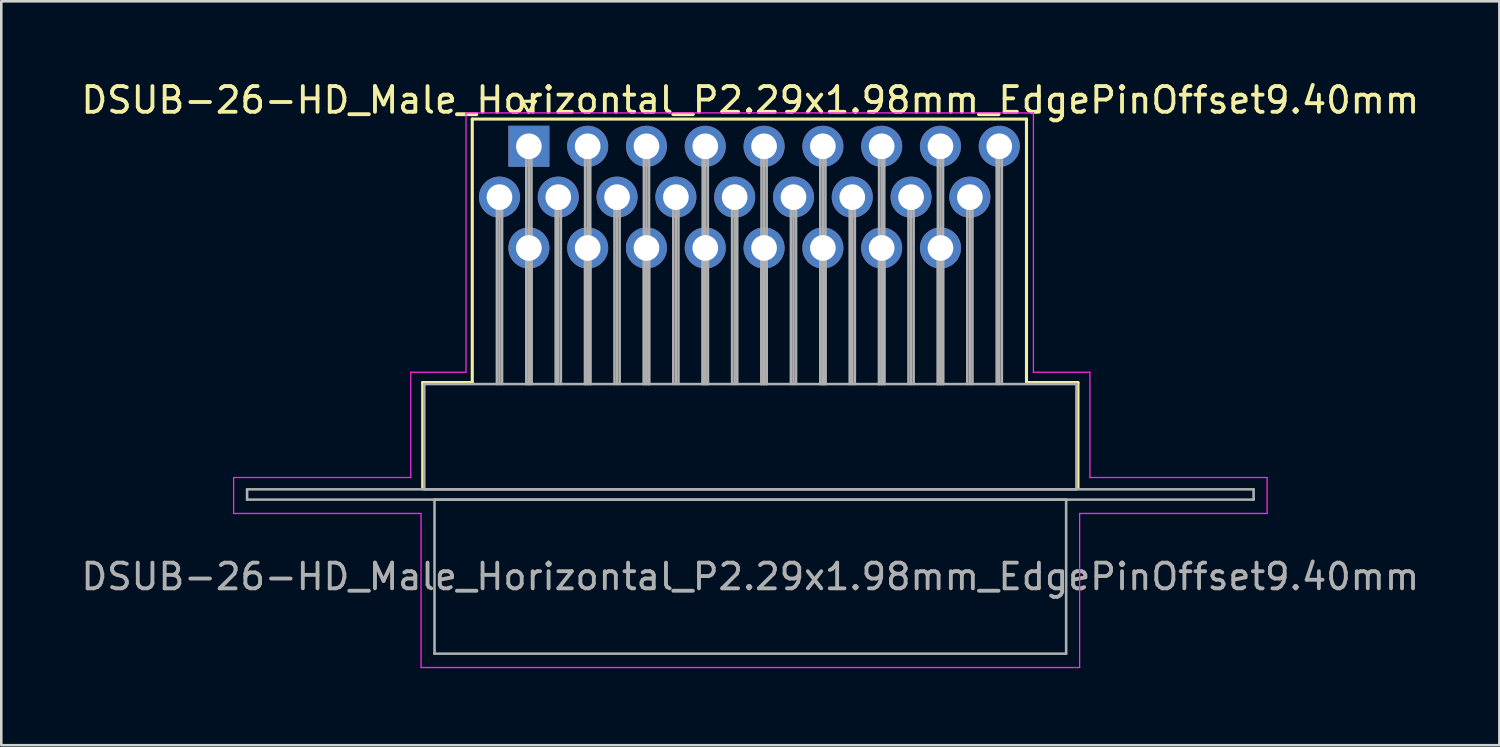
<source format=kicad_pcb>
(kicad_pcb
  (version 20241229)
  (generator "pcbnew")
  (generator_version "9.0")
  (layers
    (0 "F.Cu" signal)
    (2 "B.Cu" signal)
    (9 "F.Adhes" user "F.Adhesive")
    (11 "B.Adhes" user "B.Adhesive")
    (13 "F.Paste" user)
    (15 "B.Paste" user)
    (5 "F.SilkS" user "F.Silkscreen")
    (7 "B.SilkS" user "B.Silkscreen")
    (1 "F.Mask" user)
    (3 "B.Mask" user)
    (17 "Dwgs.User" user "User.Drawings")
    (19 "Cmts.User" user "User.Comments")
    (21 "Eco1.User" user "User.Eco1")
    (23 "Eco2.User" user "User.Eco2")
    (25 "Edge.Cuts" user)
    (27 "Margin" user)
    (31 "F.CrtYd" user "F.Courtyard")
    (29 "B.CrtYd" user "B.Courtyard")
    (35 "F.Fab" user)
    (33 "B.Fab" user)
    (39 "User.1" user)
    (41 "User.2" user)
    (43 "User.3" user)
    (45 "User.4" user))
  (footprint "DSUB-26-HD_Male_Horizontal_P2.29x1.98mm_EdgePinOffset9.40mm"
    (layer "F.Cu")
    (at 17.548 2.648)
    (property "Reference" "DSUB-26-HD_Male_Horizontal_P2.29x1.98mm_EdgePinOffset9.40mm" (at 8.625 -1.8 0) (layer "F.SilkS") (effects (font (size 1 1) (thickness 0.15))))
    (attr through_hole)
    (fp_line (start -4.135 9.2) (end -2.205 9.2) (stroke (width 0.12) (type solid)) (layer "F.SilkS"))
    (fp_line (start -4.135 13.3) (end -4.135 9.2) (stroke (width 0.12) (type solid)) (layer "F.SilkS"))
    (fp_line (start -2.205 -1.06) (end 19.38 -1.06) (stroke (width 0.12) (type solid)) (layer "F.SilkS"))
    (fp_line (start -2.205 9.2) (end -2.205 -1.06) (stroke (width 0.12) (type solid)) (layer "F.SilkS"))
    (fp_line (start -0.25 -1.754) (end 0.25 -1.754) (stroke (width 0.12) (type solid)) (layer "F.SilkS"))
    (fp_line (start 0 -1.321) (end -0.25 -1.754) (stroke (width 0.12) (type solid)) (layer "F.SilkS"))
    (fp_line (start 0.25 -1.754) (end 0 -1.321) (stroke (width 0.12) (type solid)) (layer "F.SilkS"))
    (fp_line (start 19.38 -1.06) (end 19.38 9.2) (stroke (width 0.12) (type solid)) (layer "F.SilkS"))
    (fp_line (start 19.38 9.2) (end 21.385 9.2) (stroke (width 0.12) (type solid)) (layer "F.SilkS"))
    (fp_line (start 21.385 9.2) (end 21.385 13.3) (stroke (width 0.12) (type solid)) (layer "F.SilkS"))
    (fp_line (start -11.5 12.9) (end -4.6 12.9) (stroke (width 0.05) (type solid)) (layer "F.CrtYd"))
    (fp_line (start -11.5 14.3) (end -11.5 12.9) (stroke (width 0.05) (type solid)) (layer "F.CrtYd"))
    (fp_line (start -4.6 8.8) (end -2.45 8.8) (stroke (width 0.05) (type solid)) (layer "F.CrtYd"))
    (fp_line (start -4.6 12.9) (end -4.6 8.8) (stroke (width 0.05) (type solid)) (layer "F.CrtYd"))
    (fp_line (start -4.2 14.3) (end -11.5 14.3) (stroke (width 0.05) (type solid)) (layer "F.CrtYd"))
    (fp_line (start -4.2 20.3) (end -4.2 14.3) (stroke (width 0.05) (type solid)) (layer "F.CrtYd"))
    (fp_line (start -2.45 -1.3) (end 19.65 -1.3) (stroke (width 0.05) (type solid)) (layer "F.CrtYd"))
    (fp_line (start -2.45 8.8) (end -2.45 -1.3) (stroke (width 0.05) (type solid)) (layer "F.CrtYd"))
    (fp_line (start 19.65 -1.3) (end 19.65 8.8) (stroke (width 0.05) (type solid)) (layer "F.CrtYd"))
    (fp_line (start 19.65 8.8) (end 21.85 8.8) (stroke (width 0.05) (type solid)) (layer "F.CrtYd"))
    (fp_line (start 21.45 14.3) (end 21.45 20.3) (stroke (width 0.05) (type solid)) (layer "F.CrtYd"))
    (fp_line (start 21.45 20.3) (end -4.2 20.3) (stroke (width 0.05) (type solid)) (layer "F.CrtYd"))
    (fp_line (start 21.85 8.8) (end 21.85 12.9) (stroke (width 0.05) (type solid)) (layer "F.CrtYd"))
    (fp_line (start 21.85 12.9) (end 28.75 12.9) (stroke (width 0.05) (type solid)) (layer "F.CrtYd"))
    (fp_line (start 28.75 12.9) (end 28.75 14.3) (stroke (width 0.05) (type solid)) (layer "F.CrtYd"))
    (fp_line (start 28.75 14.3) (end 21.45 14.3) (stroke (width 0.05) (type solid)) (layer "F.CrtYd"))
    (fp_line (start -10.975 13.36) (end -10.975 13.76) (stroke (width 0.1) (type solid)) (layer "F.Fab"))
    (fp_line (start -10.975 13.76) (end 28.225 13.76) (stroke (width 0.1) (type solid)) (layer "F.Fab"))
    (fp_line (start -4.075 9.26) (end -4.075 13.36) (stroke (width 0.1) (type solid)) (layer "F.Fab"))
    (fp_line (start -4.075 13.36) (end 21.325 13.36) (stroke (width 0.1) (type solid)) (layer "F.Fab"))
    (fp_line (start -3.675 13.76) (end -3.675 19.76) (stroke (width 0.1) (type solid)) (layer "F.Fab"))
    (fp_line (start -3.675 19.76) (end 20.925 19.76) (stroke (width 0.1) (type solid)) (layer "F.Fab"))
    (fp_line (start -1.245 1.98) (end -1.245 9.26) (stroke (width 0.1) (type solid)) (layer "F.Fab"))
    (fp_line (start -1.145 1.98) (end -1.145 9.26) (stroke (width 0.1) (type solid)) (layer "F.Fab"))
    (fp_line (start -1.045 1.98) (end -1.045 9.26) (stroke (width 0.1) (type solid)) (layer "F.Fab"))
    (fp_line (start -0.1 0) (end -0.1 9.26) (stroke (width 0.1) (type solid)) (layer "F.Fab"))
    (fp_line (start -0.1 3.96) (end -0.1 9.26) (stroke (width 0.1) (type solid)) (layer "F.Fab"))
    (fp_line (start 0 0) (end 0 9.26) (stroke (width 0.1) (type solid)) (layer "F.Fab"))
    (fp_line (start 0 3.96) (end 0 9.26) (stroke (width 0.1) (type solid)) (layer "F.Fab"))
    (fp_line (start 0.1 0) (end 0.1 9.26) (stroke (width 0.1) (type solid)) (layer "F.Fab"))
    (fp_line (start 0.1 3.96) (end 0.1 9.26) (stroke (width 0.1) (type solid)) (layer "F.Fab"))
    (fp_line (start 1.045 1.98) (end 1.045 9.26) (stroke (width 0.1) (type solid)) (layer "F.Fab"))
    (fp_line (start 1.145 1.98) (end 1.145 9.26) (stroke (width 0.1) (type solid)) (layer "F.Fab"))
    (fp_line (start 1.245 1.98) (end 1.245 9.26) (stroke (width 0.1) (type solid)) (layer "F.Fab"))
    (fp_line (start 2.19 0) (end 2.19 9.26) (stroke (width 0.1) (type solid)) (layer "F.Fab"))
    (fp_line (start 2.19 3.96) (end 2.19 9.26) (stroke (width 0.1) (type solid)) (layer "F.Fab"))
    (fp_line (start 2.29 0) (end 2.29 9.26) (stroke (width 0.1) (type solid)) (layer "F.Fab"))
    (fp_line (start 2.29 3.96) (end 2.29 9.26) (stroke (width 0.1) (type solid)) (layer "F.Fab"))
    (fp_line (start 2.39 0) (end 2.39 9.26) (stroke (width 0.1) (type solid)) (layer "F.Fab"))
    (fp_line (start 2.39 3.96) (end 2.39 9.26) (stroke (width 0.1) (type solid)) (layer "F.Fab"))
    (fp_line (start 3.335 1.98) (end 3.335 9.26) (stroke (width 0.1) (type solid)) (layer "F.Fab"))
    (fp_line (start 3.435 1.98) (end 3.435 9.26) (stroke (width 0.1) (type solid)) (layer "F.Fab"))
    (fp_line (start 3.535 1.98) (end 3.535 9.26) (stroke (width 0.1) (type solid)) (layer "F.Fab"))
    (fp_line (start 4.48 0) (end 4.48 9.26) (stroke (width 0.1) (type solid)) (layer "F.Fab"))
    (fp_line (start 4.48 3.96) (end 4.48 9.26) (stroke (width 0.1) (type solid)) (layer "F.Fab"))
    (fp_line (start 4.58 0) (end 4.58 9.26) (stroke (width 0.1) (type solid)) (layer "F.Fab"))
    (fp_line (start 4.58 3.96) (end 4.58 9.26) (stroke (width 0.1) (type solid)) (layer "F.Fab"))
    (fp_line (start 4.68 0) (end 4.68 9.26) (stroke (width 0.1) (type solid)) (layer "F.Fab"))
    (fp_line (start 4.68 3.96) (end 4.68 9.26) (stroke (width 0.1) (type solid)) (layer "F.Fab"))
    (fp_line (start 5.625 1.98) (end 5.625 9.26) (stroke (width 0.1) (type solid)) (layer "F.Fab"))
    (fp_line (start 5.725 1.98) (end 5.725 9.26) (stroke (width 0.1) (type solid)) (layer "F.Fab"))
    (fp_line (start 5.825 1.98) (end 5.825 9.26) (stroke (width 0.1) (type solid)) (layer "F.Fab"))
    (fp_line (start 6.77 0) (end 6.77 9.26) (stroke (width 0.1) (type solid)) (layer "F.Fab"))
    (fp_line (start 6.77 3.96) (end 6.77 9.26) (stroke (width 0.1) (type solid)) (layer "F.Fab"))
    (fp_line (start 6.87 0) (end 6.87 9.26) (stroke (width 0.1) (type solid)) (layer "F.Fab"))
    (fp_line (start 6.87 3.96) (end 6.87 9.26) (stroke (width 0.1) (type solid)) (layer "F.Fab"))
    (fp_line (start 6.97 0) (end 6.97 9.26) (stroke (width 0.1) (type solid)) (layer "F.Fab"))
    (fp_line (start 6.97 3.96) (end 6.97 9.26) (stroke (width 0.1) (type solid)) (layer "F.Fab"))
    (fp_line (start 7.915 1.98) (end 7.915 9.26) (stroke (width 0.1) (type solid)) (layer "F.Fab"))
    (fp_line (start 8.015 1.98) (end 8.015 9.26) (stroke (width 0.1) (type solid)) (layer "F.Fab"))
    (fp_line (start 8.115 1.98) (end 8.115 9.26) (stroke (width 0.1) (type solid)) (layer "F.Fab"))
    (fp_line (start 9.06 0) (end 9.06 9.26) (stroke (width 0.1) (type solid)) (layer "F.Fab"))
    (fp_line (start 9.06 3.96) (end 9.06 9.26) (stroke (width 0.1) (type solid)) (layer "F.Fab"))
    (fp_line (start 9.16 0) (end 9.16 9.26) (stroke (width 0.1) (type solid)) (layer "F.Fab"))
    (fp_line (start 9.16 3.96) (end 9.16 9.26) (stroke (width 0.1) (type solid)) (layer "F.Fab"))
    (fp_line (start 9.26 0) (end 9.26 9.26) (stroke (width 0.1) (type solid)) (layer "F.Fab"))
    (fp_line (start 9.26 3.96) (end 9.26 9.26) (stroke (width 0.1) (type solid)) (layer "F.Fab"))
    (fp_line (start 10.205 1.98) (end 10.205 9.26) (stroke (width 0.1) (type solid)) (layer "F.Fab"))
    (fp_line (start 10.305 1.98) (end 10.305 9.26) (stroke (width 0.1) (type solid)) (layer "F.Fab"))
    (fp_line (start 10.405 1.98) (end 10.405 9.26) (stroke (width 0.1) (type solid)) (layer "F.Fab"))
    (fp_line (start 11.35 0) (end 11.35 9.26) (stroke (width 0.1) (type solid)) (layer "F.Fab"))
    (fp_line (start 11.35 3.96) (end 11.35 9.26) (stroke (width 0.1) (type solid)) (layer "F.Fab"))
    (fp_line (start 11.45 0) (end 11.45 9.26) (stroke (width 0.1) (type solid)) (layer "F.Fab"))
    (fp_line (start 11.45 3.96) (end 11.45 9.26) (stroke (width 0.1) (type solid)) (layer "F.Fab"))
    (fp_line (start 11.55 0) (end 11.55 9.26) (stroke (width 0.1) (type solid)) (layer "F.Fab"))
    (fp_line (start 11.55 3.96) (end 11.55 9.26) (stroke (width 0.1) (type solid)) (layer "F.Fab"))
    (fp_line (start 12.495 1.98) (end 12.495 9.26) (stroke (width 0.1) (type solid)) (layer "F.Fab"))
    (fp_line (start 12.595 1.98) (end 12.595 9.26) (stroke (width 0.1) (type solid)) (layer "F.Fab"))
    (fp_line (start 12.695 1.98) (end 12.695 9.26) (stroke (width 0.1) (type solid)) (layer "F.Fab"))
    (fp_line (start 13.64 0) (end 13.64 9.26) (stroke (width 0.1) (type solid)) (layer "F.Fab"))
    (fp_line (start 13.64 3.96) (end 13.64 9.26) (stroke (width 0.1) (type solid)) (layer "F.Fab"))
    (fp_line (start 13.74 0) (end 13.74 9.26) (stroke (width 0.1) (type solid)) (layer "F.Fab"))
    (fp_line (start 13.74 3.96) (end 13.74 9.26) (stroke (width 0.1) (type solid)) (layer "F.Fab"))
    (fp_line (start 13.84 0) (end 13.84 9.26) (stroke (width 0.1) (type solid)) (layer "F.Fab"))
    (fp_line (start 13.84 3.96) (end 13.84 9.26) (stroke (width 0.1) (type solid)) (layer "F.Fab"))
    (fp_line (start 14.785 1.98) (end 14.785 9.26) (stroke (width 0.1) (type solid)) (layer "F.Fab"))
    (fp_line (start 14.885 1.98) (end 14.885 9.26) (stroke (width 0.1) (type solid)) (layer "F.Fab"))
    (fp_line (start 14.985 1.98) (end 14.985 9.26) (stroke (width 0.1) (type solid)) (layer "F.Fab"))
    (fp_line (start 15.93 0) (end 15.93 9.26) (stroke (width 0.1) (type solid)) (layer "F.Fab"))
    (fp_line (start 15.93 3.96) (end 15.93 9.26) (stroke (width 0.1) (type solid)) (layer "F.Fab"))
    (fp_line (start 16.03 0) (end 16.03 9.26) (stroke (width 0.1) (type solid)) (layer "F.Fab"))
    (fp_line (start 16.03 3.96) (end 16.03 9.26) (stroke (width 0.1) (type solid)) (layer "F.Fab"))
    (fp_line (start 16.13 0) (end 16.13 9.26) (stroke (width 0.1) (type solid)) (layer "F.Fab"))
    (fp_line (start 16.13 3.96) (end 16.13 9.26) (stroke (width 0.1) (type solid)) (layer "F.Fab"))
    (fp_line (start 17.075 1.98) (end 17.075 9.26) (stroke (width 0.1) (type solid)) (layer "F.Fab"))
    (fp_line (start 17.175 1.98) (end 17.175 9.26) (stroke (width 0.1) (type solid)) (layer "F.Fab"))
    (fp_line (start 17.275 1.98) (end 17.275 9.26) (stroke (width 0.1) (type solid)) (layer "F.Fab"))
    (fp_line (start 18.22 0) (end 18.22 9.26) (stroke (width 0.1) (type solid)) (layer "F.Fab"))
    (fp_line (start 18.32 0) (end 18.32 9.26) (stroke (width 0.1) (type solid)) (layer "F.Fab"))
    (fp_line (start 18.42 0) (end 18.42 9.26) (stroke (width 0.1) (type solid)) (layer "F.Fab"))
    (fp_line (start 20.925 13.76) (end -3.675 13.76) (stroke (width 0.1) (type solid)) (layer "F.Fab"))
    (fp_line (start 20.925 19.76) (end 20.925 13.76) (stroke (width 0.1) (type solid)) (layer "F.Fab"))
    (fp_line (start 21.325 9.26) (end -4.075 9.26) (stroke (width 0.1) (type solid)) (layer "F.Fab"))
    (fp_line (start 21.325 13.36) (end 21.325 9.26) (stroke (width 0.1) (type solid)) (layer "F.Fab"))
    (fp_line (start 28.225 13.36) (end -10.975 13.36) (stroke (width 0.1) (type solid)) (layer "F.Fab"))
    (fp_line (start 28.225 13.76) (end 28.225 13.36) (stroke (width 0.1) (type solid)) (layer "F.Fab"))
    (fp_text user "${REFERENCE}" (at 8.625 16.76 0) (layer "F.Fab") (effects (font (size 1 1) (thickness 0.15))))
    (pad "1" thru_hole rect (at 0 0) (size 1.6 1.6) (drill 1) (layers "*.Cu" "*.Mask"))
    (pad "2" thru_hole circle (at 2.29 0) (size 1.6 1.6) (drill 1) (layers "*.Cu" "*.Mask"))
    (pad "3" thru_hole circle (at 4.58 0) (size 1.6 1.6) (drill 1) (layers "*.Cu" "*.Mask"))
    (pad "4" thru_hole circle (at 6.87 0) (size 1.6 1.6) (drill 1) (layers "*.Cu" "*.Mask"))
    (pad "5" thru_hole circle (at 9.16 0) (size 1.6 1.6) (drill 1) (layers "*.Cu" "*.Mask"))
    (pad "6" thru_hole circle (at 11.45 0) (size 1.6 1.6) (drill 1) (layers "*.Cu" "*.Mask"))
    (pad "7" thru_hole circle (at 13.74 0) (size 1.6 1.6) (drill 1) (layers "*.Cu" "*.Mask"))
    (pad "8" thru_hole circle (at 16.03 0) (size 1.6 1.6) (drill 1) (layers "*.Cu" "*.Mask"))
    (pad "9" thru_hole circle (at 18.32 0) (size 1.6 1.6) (drill 1) (layers "*.Cu" "*.Mask"))
    (pad "10" thru_hole circle (at -1.145 1.98) (size 1.6 1.6) (drill 1) (layers "*.Cu" "*.Mask"))
    (pad "11" thru_hole circle (at 1.145 1.98) (size 1.6 1.6) (drill 1) (layers "*.Cu" "*.Mask"))
    (pad "12" thru_hole circle (at 3.435 1.98) (size 1.6 1.6) (drill 1) (layers "*.Cu" "*.Mask"))
    (pad "13" thru_hole circle (at 5.725 1.98) (size 1.6 1.6) (drill 1) (layers "*.Cu" "*.Mask"))
    (pad "14" thru_hole circle (at 8.015 1.98) (size 1.6 1.6) (drill 1) (layers "*.Cu" "*.Mask"))
    (pad "15" thru_hole circle (at 10.305 1.98) (size 1.6 1.6) (drill 1) (layers "*.Cu" "*.Mask"))
    (pad "16" thru_hole circle (at 12.595 1.98) (size 1.6 1.6) (drill 1) (layers "*.Cu" "*.Mask"))
    (pad "17" thru_hole circle (at 14.885 1.98) (size 1.6 1.6) (drill 1) (layers "*.Cu" "*.Mask"))
    (pad "18" thru_hole circle (at 17.175 1.98) (size 1.6 1.6) (drill 1) (layers "*.Cu" "*.Mask"))
    (pad "19" thru_hole circle (at 0 3.96) (size 1.6 1.6) (drill 1) (layers "*.Cu" "*.Mask"))
    (pad "20" thru_hole circle (at 2.29 3.96) (size 1.6 1.6) (drill 1) (layers "*.Cu" "*.Mask"))
    (pad "21" thru_hole circle (at 4.58 3.96) (size 1.6 1.6) (drill 1) (layers "*.Cu" "*.Mask"))
    (pad "22" thru_hole circle (at 6.87 3.96) (size 1.6 1.6) (drill 1) (layers "*.Cu" "*.Mask"))
    (pad "23" thru_hole circle (at 9.16 3.96) (size 1.6 1.6) (drill 1) (layers "*.Cu" "*.Mask"))
    (pad "24" thru_hole circle (at 11.45 3.96) (size 1.6 1.6) (drill 1) (layers "*.Cu" "*.Mask"))
    (pad "25" thru_hole circle (at 13.74 3.96) (size 1.6 1.6) (drill 1) (layers "*.Cu" "*.Mask"))
    (pad "26" thru_hole circle (at 16.03 3.96) (size 1.6 1.6) (drill 1) (layers "*.Cu" "*.Mask")))
  (gr_rect
    (start -3 -3)
    (end 55.345 25.973)
    (stroke (width 0.1) (type default))
    (fill no)
    (layer "Edge.Cuts")))
</source>
